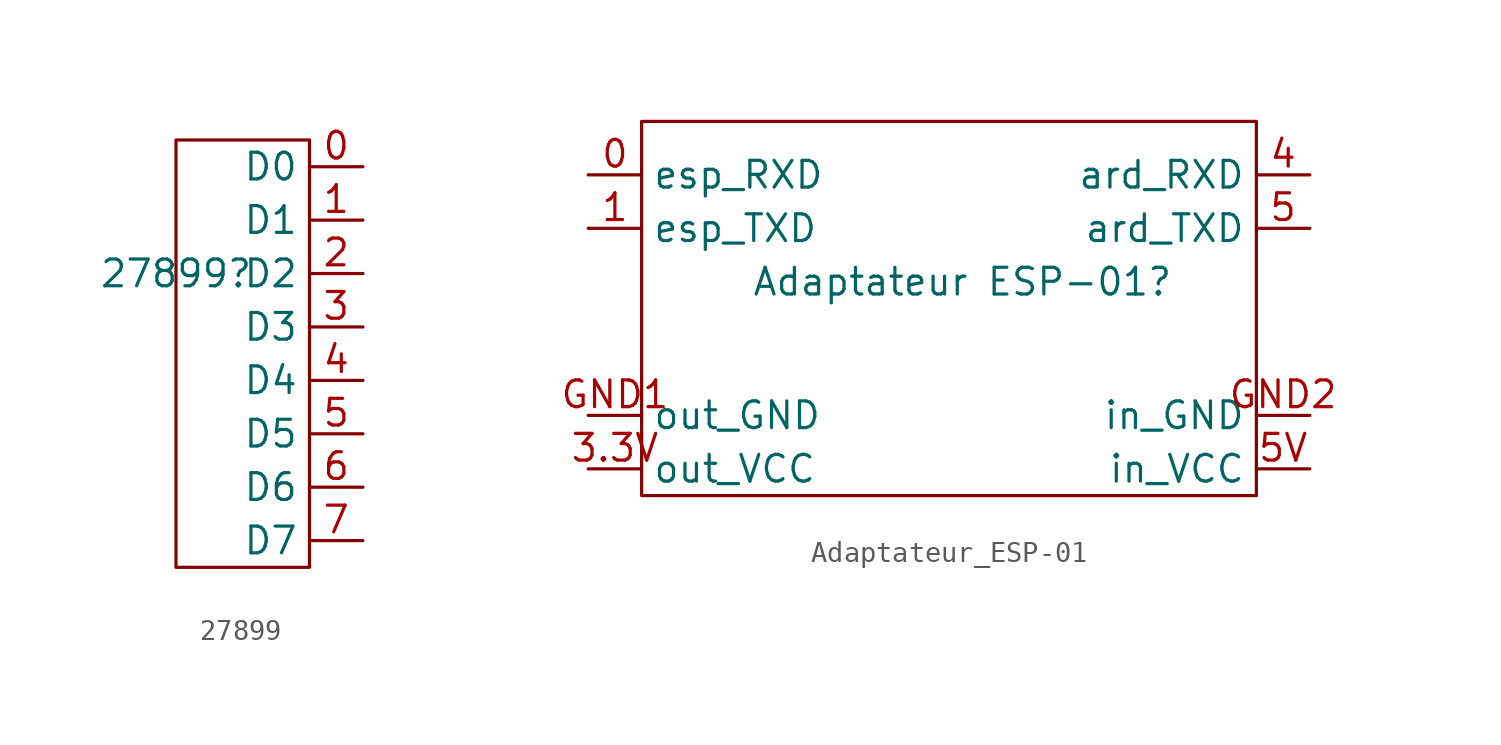
<source format=kicad_sym>
(kicad_symbol_lib
  (version 20231120)
  (generator "kicad_symbol_editor")
  (generator_version "8.0")
  (symbol "27899"
    (property "Reference" "27899"
      (at 0 0 0)
      (effects (font (size 1.27 1.27))))
    (property "Value" ""
      (at 0 0 0)
      (effects (font (size 1.27 1.27))))
    (symbol "27899_0_1"
      (rectangle (start 0 6.35) (end 6.35 -13.97) (stroke (width 0) (type default)) (fill (type none))))
    (symbol "27899_1_1"
      (pin output line (at 8.89 5.08 180) (length 2.54) (name "D0" (effects (font (size 1.27 1.27)))) (number "0" (effects (font (size 1.27 1.27)))))
      (pin output line (at 8.89 2.54 180) (length 2.54) (name "D1" (effects (font (size 1.27 1.27)))) (number "1" (effects (font (size 1.27 1.27)))))
      (pin output line (at 8.89 0 180) (length 2.54) (name "D2" (effects (font (size 1.27 1.27)))) (number "2" (effects (font (size 1.27 1.27)))))
      (pin output line (at 8.89 -2.54 180) (length 2.54) (name "D3" (effects (font (size 1.27 1.27)))) (number "3" (effects (font (size 1.27 1.27)))))
      (pin output line (at 8.89 -5.08 180) (length 2.54) (name "D4" (effects (font (size 1.27 1.27)))) (number "4" (effects (font (size 1.27 1.27)))))
      (pin output line (at 8.89 -7.62 180) (length 2.54) (name "D5" (effects (font (size 1.27 1.27)))) (number "5" (effects (font (size 1.27 1.27)))))
      (pin output line (at 8.89 -10.16 180) (length 2.54) (name "D6" (effects (font (size 1.27 1.27)))) (number "6" (effects (font (size 1.27 1.27)))))
      (pin output line (at 8.89 -12.7 180) (length 2.54) (name "D7" (effects (font (size 1.27 1.27)))) (number "7" (effects (font (size 1.27 1.27)))))))
  (symbol "Adaptateur_ESP-01"
    (property "Reference" "Adaptateur ESP-01"
      (at 0 2.54 0)
      (effects (font (size 1.27 1.27))))
    (property "Value" ""
      (at 0 2.54 0)
      (effects (font (size 1.27 1.27))))
    (symbol "Adaptateur_ESP-01_0_1"
      (rectangle (start -15.24 10.16) (end 13.97 -7.62) (stroke (width 0) (type default)) (fill (type none))))
    (symbol "Adaptateur_ESP-01_1_1"
      (pin bidirectional line (at -17.78 7.62 0) (length 2.54) (name "esp_RXD" (effects (font (size 1.27 1.27)))) (number "0" (effects (font (size 1.27 1.27)))))
      (pin bidirectional line (at -17.78 5.08 0) (length 2.54) (name "esp_TXD" (effects (font (size 1.27 1.27)))) (number "1" (effects (font (size 1.27 1.27)))))
      (pin power_out line (at -17.78 -6.35 0) (length 2.54) (name "out_VCC" (effects (font (size 1.27 1.27)))) (number "3.3V" (effects (font (size 1.27 1.27)))))
      (pin bidirectional line (at 16.51 7.62 180) (length 2.54) (name "ard_RXD" (effects (font (size 1.27 1.27)))) (number "4" (effects (font (size 1.27 1.27)))))
      (pin bidirectional line (at 16.51 5.08 180) (length 2.54) (name "ard_TXD" (effects (font (size 1.27 1.27)))) (number "5" (effects (font (size 1.27 1.27)))))
      (pin power_in line (at 16.51 -6.35 180) (length 2.54) (name "in_VCC" (effects (font (size 1.27 1.27)))) (number "5V" (effects (font (size 1.27 1.27)))))
      (pin power_out line (at -17.78 -3.81 0) (length 2.54) (name "out_GND" (effects (font (size 1.27 1.27)))) (number "GND1" (effects (font (size 1.27 1.27)))))
      (pin power_in line (at 16.51 -3.81 180) (length 2.54) (name "in_GND" (effects (font (size 1.27 1.27)))) (number "GND2" (effects (font (size 1.27 1.27))))))))
</source>
